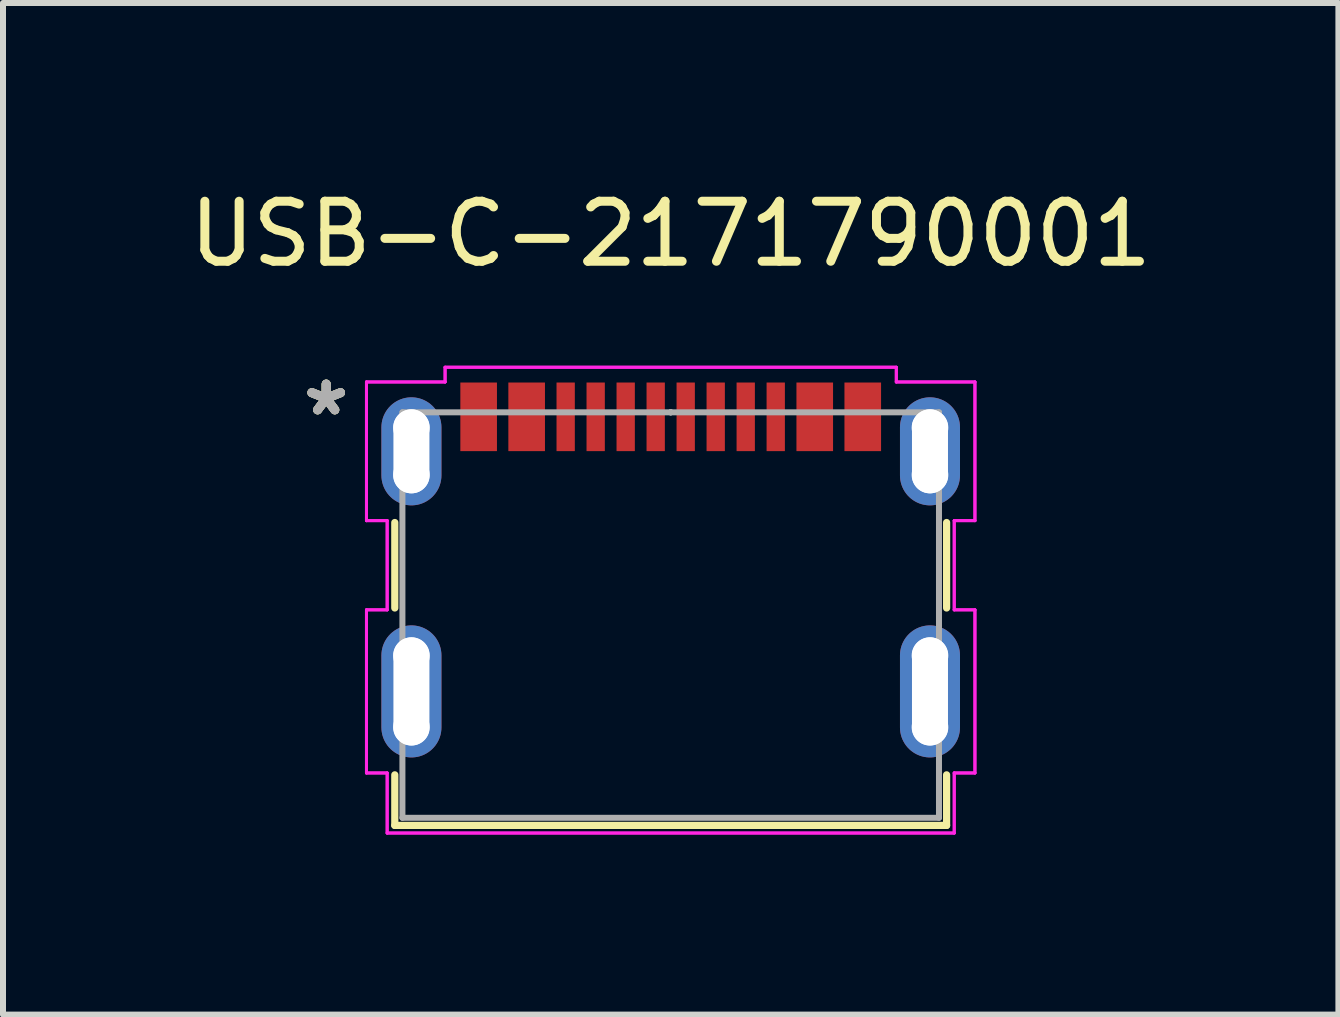
<source format=kicad_pcb>
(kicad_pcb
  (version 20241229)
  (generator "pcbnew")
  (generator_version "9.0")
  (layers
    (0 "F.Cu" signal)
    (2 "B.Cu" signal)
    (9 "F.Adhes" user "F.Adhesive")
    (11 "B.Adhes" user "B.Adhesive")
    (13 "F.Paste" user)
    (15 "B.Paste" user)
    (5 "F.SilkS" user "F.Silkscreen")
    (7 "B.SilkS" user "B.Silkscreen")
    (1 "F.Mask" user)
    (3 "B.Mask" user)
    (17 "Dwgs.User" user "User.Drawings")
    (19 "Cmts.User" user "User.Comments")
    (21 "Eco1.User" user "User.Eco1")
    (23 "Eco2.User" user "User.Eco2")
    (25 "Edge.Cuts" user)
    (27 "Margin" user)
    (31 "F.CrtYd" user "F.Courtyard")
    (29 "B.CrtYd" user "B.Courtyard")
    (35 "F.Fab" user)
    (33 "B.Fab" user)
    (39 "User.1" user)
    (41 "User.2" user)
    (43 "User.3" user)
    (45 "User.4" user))
  (footprint "USB-C-2171790001"
    (layer "F.Cu")
    (at 8.125 7.198)
    (property "Reference" "USB-C-2171790001" (at 0 -6.35 0) (layer "F.SilkS") (effects (font (size 1 1) (thickness 0.15))))
    (attr through_hole)
    (fp_line (start -4.597 -1.542) (end -4.597 -0.118) (stroke (width 0.12) (type solid)) (layer "F.SilkS"))
    (fp_line (start -4.597 2.662) (end -4.597 3.505) (stroke (width 0.12) (type solid)) (layer "F.SilkS"))
    (fp_line (start -4.597 3.505) (end 4.597 3.505) (stroke (width 0.12) (type solid)) (layer "F.SilkS"))
    (fp_line (start 4.597 -0.118) (end 4.597 -1.542) (stroke (width 0.12) (type solid)) (layer "F.SilkS"))
    (fp_line (start 4.597 3.505) (end 4.597 2.662) (stroke (width 0.12) (type solid)) (layer "F.SilkS"))
    (fp_line (start -5.069 -3.884) (end -5.069 -1.573) (stroke (width 0.05) (type solid)) (layer "F.CrtYd"))
    (fp_line (start -5.069 -3.884) (end -5.069 -1.573) (stroke (width 0.05) (type solid)) (layer "F.CrtYd"))
    (fp_line (start -5.069 -1.573) (end -4.724 -1.573) (stroke (width 0.05) (type solid)) (layer "F.CrtYd"))
    (fp_line (start -5.069 -1.573) (end -4.724 -1.573) (stroke (width 0.05) (type solid)) (layer "F.CrtYd"))
    (fp_line (start -5.069 -0.087) (end -5.069 2.631) (stroke (width 0.05) (type solid)) (layer "F.CrtYd"))
    (fp_line (start -5.069 -0.087) (end -5.069 2.631) (stroke (width 0.05) (type solid)) (layer "F.CrtYd"))
    (fp_line (start -5.069 2.631) (end -4.724 2.631) (stroke (width 0.05) (type solid)) (layer "F.CrtYd"))
    (fp_line (start -5.069 2.631) (end -4.724 2.631) (stroke (width 0.05) (type solid)) (layer "F.CrtYd"))
    (fp_line (start -4.724 -1.573) (end -4.724 -0.087) (stroke (width 0.05) (type solid)) (layer "F.CrtYd"))
    (fp_line (start -4.724 -1.573) (end -4.724 -0.087) (stroke (width 0.05) (type solid)) (layer "F.CrtYd"))
    (fp_line (start -4.724 -0.087) (end -5.069 -0.087) (stroke (width 0.05) (type solid)) (layer "F.CrtYd"))
    (fp_line (start -4.724 -0.087) (end -5.069 -0.087) (stroke (width 0.05) (type solid)) (layer "F.CrtYd"))
    (fp_line (start -4.724 2.631) (end -4.724 3.632) (stroke (width 0.05) (type solid)) (layer "F.CrtYd"))
    (fp_line (start -4.724 2.631) (end -4.724 3.632) (stroke (width 0.05) (type solid)) (layer "F.CrtYd"))
    (fp_line (start -4.724 3.632) (end 4.724 3.632) (stroke (width 0.05) (type solid)) (layer "F.CrtYd"))
    (fp_line (start -4.724 3.632) (end 4.724 3.632) (stroke (width 0.05) (type solid)) (layer "F.CrtYd"))
    (fp_line (start -3.759 -4.129) (end -3.759 -3.884) (stroke (width 0.05) (type solid)) (layer "F.CrtYd"))
    (fp_line (start -3.759 -4.129) (end -3.759 -3.884) (stroke (width 0.05) (type solid)) (layer "F.CrtYd"))
    (fp_line (start -3.759 -3.884) (end -5.069 -3.884) (stroke (width 0.05) (type solid)) (layer "F.CrtYd"))
    (fp_line (start -3.759 -3.884) (end -5.069 -3.884) (stroke (width 0.05) (type solid)) (layer "F.CrtYd"))
    (fp_line (start 3.759 -4.129) (end -3.759 -4.129) (stroke (width 0.05) (type solid)) (layer "F.CrtYd"))
    (fp_line (start 3.759 -4.129) (end -3.759 -4.129) (stroke (width 0.05) (type solid)) (layer "F.CrtYd"))
    (fp_line (start 3.759 -3.884) (end 3.759 -4.129) (stroke (width 0.05) (type solid)) (layer "F.CrtYd"))
    (fp_line (start 3.759 -3.884) (end 3.759 -4.129) (stroke (width 0.05) (type solid)) (layer "F.CrtYd"))
    (fp_line (start 4.724 -1.573) (end 5.069 -1.573) (stroke (width 0.05) (type solid)) (layer "F.CrtYd"))
    (fp_line (start 4.724 -1.573) (end 5.069 -1.573) (stroke (width 0.05) (type solid)) (layer "F.CrtYd"))
    (fp_line (start 4.724 -0.087) (end 4.724 -1.573) (stroke (width 0.05) (type solid)) (layer "F.CrtYd"))
    (fp_line (start 4.724 -0.087) (end 4.724 -1.573) (stroke (width 0.05) (type solid)) (layer "F.CrtYd"))
    (fp_line (start 4.724 2.631) (end 5.069 2.631) (stroke (width 0.05) (type solid)) (layer "F.CrtYd"))
    (fp_line (start 4.724 2.631) (end 5.069 2.631) (stroke (width 0.05) (type solid)) (layer "F.CrtYd"))
    (fp_line (start 4.724 3.632) (end 4.724 2.631) (stroke (width 0.05) (type solid)) (layer "F.CrtYd"))
    (fp_line (start 4.724 3.632) (end 4.724 2.631) (stroke (width 0.05) (type solid)) (layer "F.CrtYd"))
    (fp_line (start 5.069 -3.884) (end 3.759 -3.884) (stroke (width 0.05) (type solid)) (layer "F.CrtYd"))
    (fp_line (start 5.069 -3.884) (end 3.759 -3.884) (stroke (width 0.05) (type solid)) (layer "F.CrtYd"))
    (fp_line (start 5.069 -1.573) (end 5.069 -3.884) (stroke (width 0.05) (type solid)) (layer "F.CrtYd"))
    (fp_line (start 5.069 -1.573) (end 5.069 -3.884) (stroke (width 0.05) (type solid)) (layer "F.CrtYd"))
    (fp_line (start 5.069 -0.087) (end 4.724 -0.087) (stroke (width 0.05) (type solid)) (layer "F.CrtYd"))
    (fp_line (start 5.069 -0.087) (end 4.724 -0.087) (stroke (width 0.05) (type solid)) (layer "F.CrtYd"))
    (fp_line (start 5.069 2.631) (end 5.069 -0.087) (stroke (width 0.05) (type solid)) (layer "F.CrtYd"))
    (fp_line (start 5.069 2.631) (end 5.069 -0.087) (stroke (width 0.05) (type solid)) (layer "F.CrtYd"))
    (fp_line (start -4.47 -3.378) (end -4.47 3.378) (stroke (width 0.1) (type solid)) (layer "F.Fab"))
    (fp_line (start -4.47 3.378) (end 4.47 3.378) (stroke (width 0.1) (type solid)) (layer "F.Fab"))
    (fp_line (start 0 -3.378) (end 0 -3.378) (stroke (width 0.1) (type solid)) (layer "F.Fab"))
    (fp_line (start 0 -3.378) (end 0 -3.378) (stroke (width 0.1) (type solid)) (layer "F.Fab"))
    (fp_line (start 0 -3.378) (end 0 -3.378) (stroke (width 0.1) (type solid)) (layer "F.Fab"))
    (fp_line (start 0 -3.378) (end 0 -3.378) (stroke (width 0.1) (type solid)) (layer "F.Fab"))
    (fp_line (start 4.47 -3.378) (end -4.47 -3.378) (stroke (width 0.1) (type solid)) (layer "F.Fab"))
    (fp_line (start 4.47 3.378) (end 4.47 -3.378) (stroke (width 0.1) (type solid)) (layer "F.Fab"))
    (fp_text user "*" (at -5.74 -3.303 0) (layer "F.SilkS") (effects (font (size 1 1) (thickness 0.15))))
    (fp_text user "*" (at -5.74 -3.303 0) (layer "F.SilkS") (effects (font (size 1 1) (thickness 0.15))))
    (fp_text user "*" (at -5.74 -3.303 0) (layer "F.Fab") (effects (font (size 1 1) (thickness 0.15))))
    (fp_text user "*" (at -5.74 -3.303 0) (layer "F.Fab") (effects (font (size 1 1) (thickness 0.15))))
    (pad "" np_thru_hole circle (at -4.32 -3.122) (size 0.61 0.61) (drill 0.61) (layers "*.Cu" "*.Mask"))
    (pad "" np_thru_hole circle (at -4.32 -2.334) (size 0.61 0.61) (drill 0.61) (layers "*.Cu" "*.Mask"))
    (pad "" np_thru_hole circle (at -4.32 0.675) (size 0.61 0.61) (drill 0.61) (layers "*.Cu" "*.Mask"))
    (pad "" np_thru_hole circle (at -4.32 1.869) (size 0.61 0.61) (drill 0.61) (layers "*.Cu" "*.Mask"))
    (pad "" np_thru_hole circle (at 4.32 -3.122) (size 0.61 0.61) (drill 0.61) (layers "*.Cu" "*.Mask"))
    (pad "" np_thru_hole circle (at 4.32 -2.334) (size 0.61 0.61) (drill 0.61) (layers "*.Cu" "*.Mask"))
    (pad "" np_thru_hole circle (at 4.32 0.675) (size 0.61 0.61) (drill 0.61) (layers "*.Cu" "*.Mask"))
    (pad "" np_thru_hole circle (at 4.32 1.869) (size 0.61 0.61) (drill 0.61) (layers "*.Cu" "*.Mask"))
    (pad "13" thru_hole oval (at -4.32 1.272) (size 1 2.2) (drill oval 0.6 1.8) (layers "*.Cu" "*.Mask"))
    (pad "14" thru_hole oval (at 4.32 1.272) (size 1 2.2) (drill oval 0.6 1.8) (layers "*.Cu" "*.Mask"))
    (pad "15" thru_hole oval (at -4.32 -2.728) (size 1 1.8) (drill oval 0.6 1.4) (layers "*.Cu" "*.Mask"))
    (pad "16" thru_hole oval (at 4.32 -2.728) (size 1 1.8) (drill oval 0.6 1.4) (layers "*.Cu" "*.Mask"))
    (pad "A1/B12" smd rect (at -3.2 -3.303) (size 0.61 1.143) (layers "F.Cu" "F.Mask" "F.Paste"))
    (pad "A4/B9" smd rect (at -2.4 -3.303) (size 0.61 1.143) (layers "F.Cu" "F.Mask" "F.Paste"))
    (pad "A5" smd rect (at -1.25 -3.303) (size 0.305 1.143) (layers "F.Cu" "F.Mask" "F.Paste"))
    (pad "A6" smd rect (at -0.25 -3.303) (size 0.305 1.143) (layers "F.Cu" "F.Mask" "F.Paste"))
    (pad "A7" smd rect (at 0.25 -3.303) (size 0.305 1.143) (layers "F.Cu" "F.Mask" "F.Paste"))
    (pad "A8" smd rect (at 1.25 -3.303) (size 0.305 1.143) (layers "F.Cu" "F.Mask" "F.Paste"))
    (pad "B1/A12" smd rect (at 3.2 -3.303) (size 0.61 1.143) (layers "F.Cu" "F.Mask" "F.Paste"))
    (pad "B4/A9" smd rect (at 2.4 -3.303) (size 0.61 1.143) (layers "F.Cu" "F.Mask" "F.Paste"))
    (pad "B5" smd rect (at 1.75 -3.303) (size 0.305 1.143) (layers "F.Cu" "F.Mask" "F.Paste"))
    (pad "B6" smd rect (at 0.75 -3.303) (size 0.305 1.143) (layers "F.Cu" "F.Mask" "F.Paste"))
    (pad "B7" smd rect (at -0.75 -3.303) (size 0.305 1.143) (layers "F.Cu" "F.Mask" "F.Paste"))
    (pad "B8" smd rect (at -1.75 -3.303) (size 0.305 1.143) (layers "F.Cu" "F.Mask" "F.Paste")))
  (gr_rect
    (start -3 -3)
    (end 19.25 13.855)
    (stroke (width 0.1) (type default))
    (fill no)
    (layer "Edge.Cuts")))
</source>
